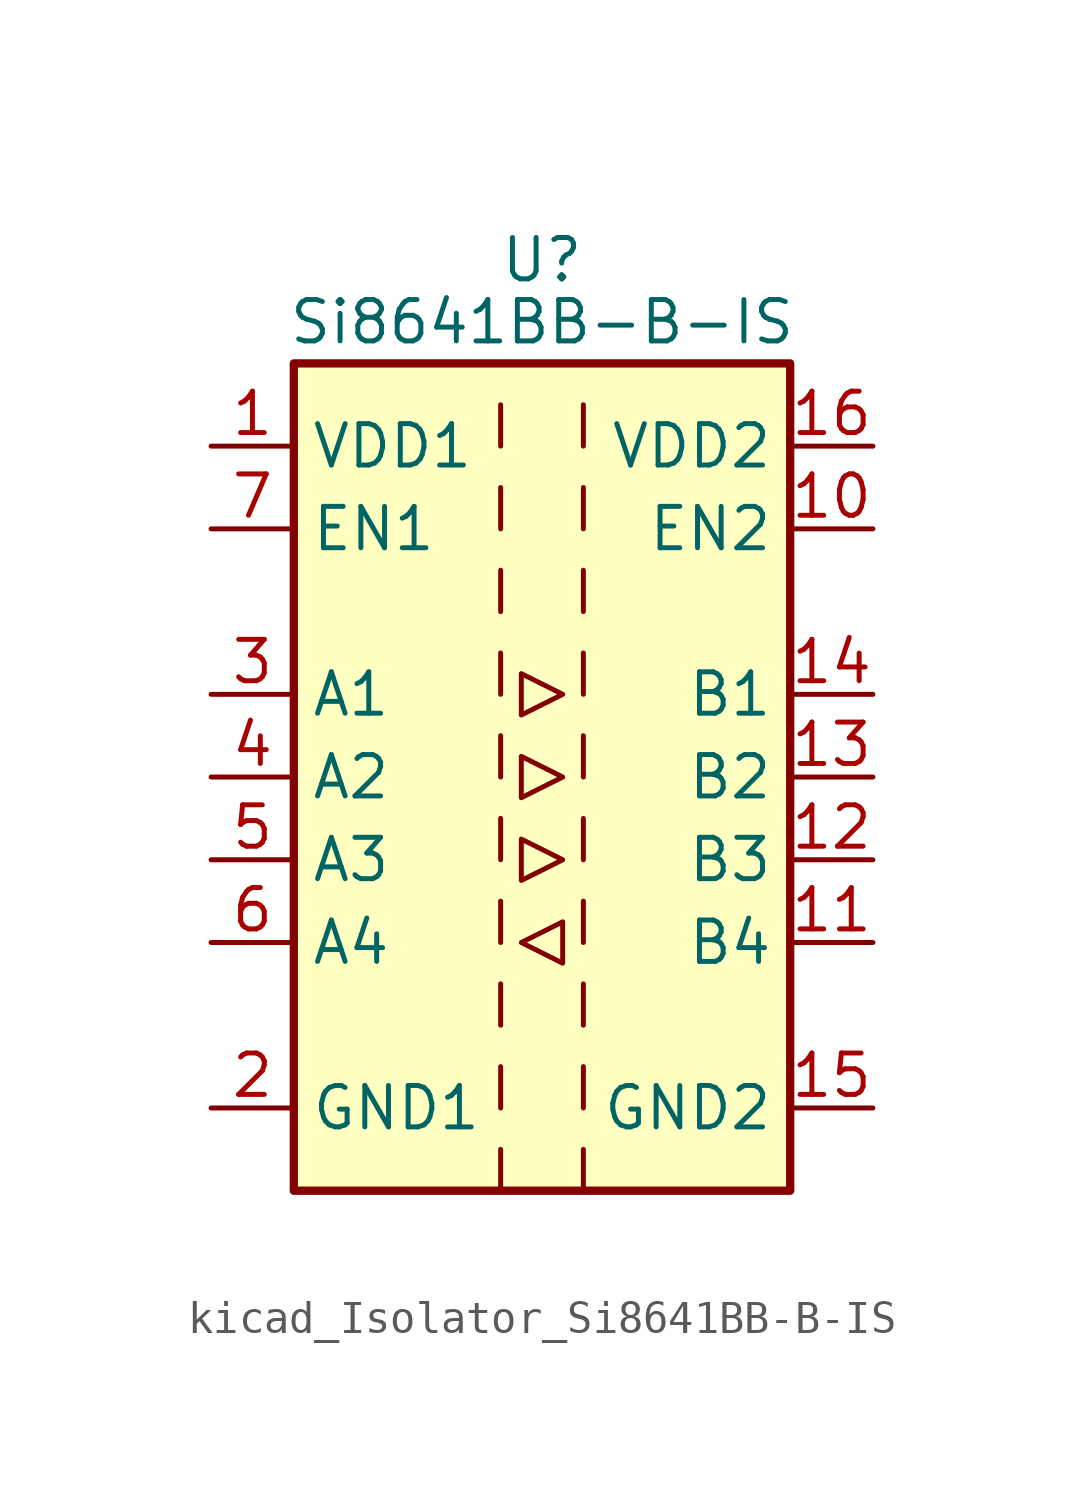
<source format=kicad_sym>
(kicad_symbol_lib
  (version 20220914)
  (generator kicad_symbol_editor)
  (symbol "kicad_Isolator_Si8641BB-B-IS"
    (property "Reference" "U"
      (at 0 15.875 0)
      (effects (font (size 1.27 1.27))))
    (property "Value" "Si8641BB-B-IS"
      (at 0 13.97 0)
      (effects (font (size 1.27 1.27))))
    (symbol "kicad_Isolator_Si8641BB-B-IS_0_1"
      (rectangle (start -7.62 12.7) (end 7.62 -12.7) (stroke (width 0.254) (type default)) (fill (type background)))
      (polyline (pts (xy -1.27 -11.43) (xy -1.27 -12.7)) (stroke (width 0) (type default)) (fill (type none)))
      (polyline (pts (xy -1.27 -8.89) (xy -1.27 -10.16)) (stroke (width 0) (type default)) (fill (type none)))
      (polyline (pts (xy -1.27 -6.35) (xy -1.27 -7.62)) (stroke (width 0) (type default)) (fill (type none)))
      (polyline (pts (xy -1.27 -3.81) (xy -1.27 -5.08)) (stroke (width 0) (type default)) (fill (type none)))
      (polyline (pts (xy -1.27 -1.27) (xy -1.27 -2.54)) (stroke (width 0) (type default)) (fill (type none)))
      (polyline (pts (xy -1.27 1.27) (xy -1.27 0)) (stroke (width 0) (type default)) (fill (type none)))
      (polyline (pts (xy -1.27 3.81) (xy -1.27 2.54)) (stroke (width 0) (type default)) (fill (type none)))
      (polyline (pts (xy -1.27 6.35) (xy -1.27 5.08)) (stroke (width 0) (type default)) (fill (type none)))
      (polyline (pts (xy -1.27 8.89) (xy -1.27 7.62)) (stroke (width 0) (type default)) (fill (type none)))
      (polyline (pts (xy -1.27 11.43) (xy -1.27 10.16)) (stroke (width 0) (type default)) (fill (type none)))
      (polyline (pts (xy 1.27 -11.43) (xy 1.27 -12.7)) (stroke (width 0) (type default)) (fill (type none)))
      (polyline (pts (xy 1.27 -8.89) (xy 1.27 -10.16)) (stroke (width 0) (type default)) (fill (type none)))
      (polyline (pts (xy 1.27 -6.35) (xy 1.27 -7.62)) (stroke (width 0) (type default)) (fill (type none)))
      (polyline (pts (xy 1.27 -3.81) (xy 1.27 -5.08)) (stroke (width 0) (type default)) (fill (type none)))
      (polyline (pts (xy 1.27 -1.27) (xy 1.27 -2.54)) (stroke (width 0) (type default)) (fill (type none)))
      (polyline (pts (xy 1.27 1.27) (xy 1.27 0)) (stroke (width 0) (type default)) (fill (type none)))
      (polyline (pts (xy 1.27 3.81) (xy 1.27 2.54)) (stroke (width 0) (type default)) (fill (type none)))
      (polyline (pts (xy 1.27 6.35) (xy 1.27 5.08)) (stroke (width 0) (type default)) (fill (type none)))
      (polyline (pts (xy 1.27 8.89) (xy 1.27 7.62)) (stroke (width 0) (type default)) (fill (type none)))
      (polyline (pts (xy 1.27 11.43) (xy 1.27 10.16)) (stroke (width 0) (type default)) (fill (type none)))
      (polyline (pts (xy -0.635 -5.08) (xy 0.635 -4.445) (xy 0.635 -5.715) (xy -0.635 -5.08)) (stroke (width 0) (type default)) (fill (type none)))
      (polyline (pts (xy -0.635 0.635) (xy -0.635 -0.635) (xy 0.635 0) (xy -0.635 0.635)) (stroke (width 0) (type default)) (fill (type none)))
      (polyline (pts (xy -0.635 3.175) (xy -0.635 1.905) (xy 0.635 2.54) (xy -0.635 3.175)) (stroke (width 0) (type default)) (fill (type none)))
      (polyline (pts (xy 0.635 -2.54) (xy -0.635 -1.905) (xy -0.635 -3.175) (xy 0.635 -2.54)) (stroke (width 0) (type default)) (fill (type none))))
    (symbol "kicad_Isolator_Si8641BB-B-IS_1_1"
      (pin power_in line (at -10.16 10.16 0) (length 2.54) (name "VDD1" (effects (font (size 1.27 1.27)))) (number "1" (effects (font (size 1.27 1.27)))))
      (pin input line (at 10.16 7.62 180) (length 2.54) (name "EN2" (effects (font (size 1.27 1.27)))) (number "10" (effects (font (size 1.27 1.27)))))
      (pin input line (at 10.16 -5.08 180) (length 2.54) (name "B4" (effects (font (size 1.27 1.27)))) (number "11" (effects (font (size 1.27 1.27)))))
      (pin output line (at 10.16 -2.54 180) (length 2.54) (name "B3" (effects (font (size 1.27 1.27)))) (number "12" (effects (font (size 1.27 1.27)))))
      (pin output line (at 10.16 0 180) (length 2.54) (name "B2" (effects (font (size 1.27 1.27)))) (number "13" (effects (font (size 1.27 1.27)))))
      (pin output line (at 10.16 2.54 180) (length 2.54) (name "B1" (effects (font (size 1.27 1.27)))) (number "14" (effects (font (size 1.27 1.27)))))
      (pin power_in line (at 10.16 -10.16 180) (length 2.54) (name "GND2" (effects (font (size 1.27 1.27)))) (number "15" (effects (font (size 1.27 1.27)))))
      (pin power_in line (at 10.16 10.16 180) (length 2.54) (name "VDD2" (effects (font (size 1.27 1.27)))) (number "16" (effects (font (size 1.27 1.27)))))
      (pin power_in line (at -10.16 -10.16 0) (length 2.54) (name "GND1" (effects (font (size 1.27 1.27)))) (number "2" (effects (font (size 1.27 1.27)))))
      (pin input line (at -10.16 2.54 0) (length 2.54) (name "A1" (effects (font (size 1.27 1.27)))) (number "3" (effects (font (size 1.27 1.27)))))
      (pin input line (at -10.16 0 0) (length 2.54) (name "A2" (effects (font (size 1.27 1.27)))) (number "4" (effects (font (size 1.27 1.27)))))
      (pin input line (at -10.16 -2.54 0) (length 2.54) (name "A3" (effects (font (size 1.27 1.27)))) (number "5" (effects (font (size 1.27 1.27)))))
      (pin output line (at -10.16 -5.08 0) (length 2.54) (name "A4" (effects (font (size 1.27 1.27)))) (number "6" (effects (font (size 1.27 1.27)))))
      (pin input line (at -10.16 7.62 0) (length 2.54) (name "EN1" (effects (font (size 1.27 1.27)))) (number "7" (effects (font (size 1.27 1.27)))))
      (pin passive line (at -10.16 -10.16 0) (length 2.54) hide (name "GND1" (effects (font (size 1.27 1.27)))) (number "8" (effects (font (size 1.27 1.27)))))
      (pin passive line (at 10.16 -10.16 180) (length 2.54) hide (name "GND2" (effects (font (size 1.27 1.27)))) (number "9" (effects (font (size 1.27 1.27))))))))
</source>
